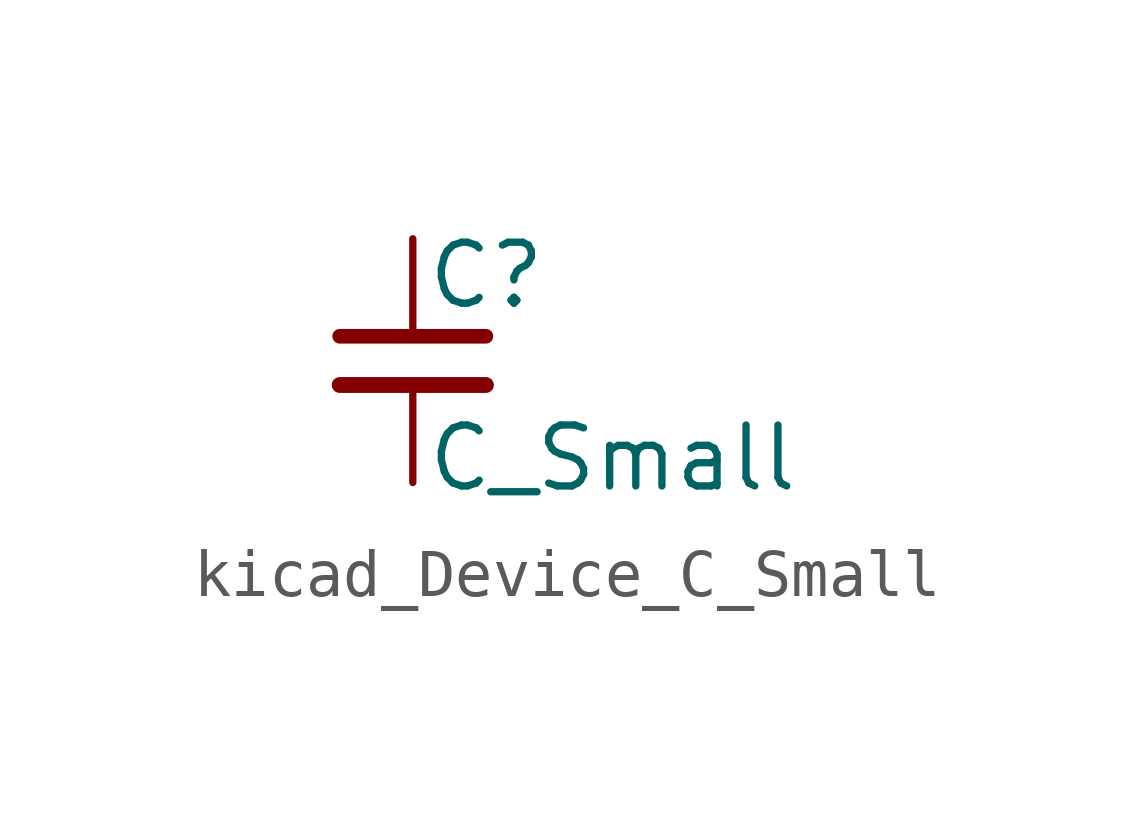
<source format=kicad_sym>
(kicad_symbol_lib
  (version 20220914)
  (generator kicad_symbol_editor)
  (symbol "kicad_Device_C_Small"
    (pin_numbers hide)
    (pin_names
      (offset 0.254) hide)
    (property "Reference" "C"
      (at 0.254 1.778 0)
      (effects (font (size 1.27 1.27)) (justify left)))
    (property "Value" "C_Small"
      (at 0.254 -2.032 0)
      (effects (font (size 1.27 1.27)) (justify left)))
    (symbol "kicad_Device_C_Small_0_1"
      (polyline (pts (xy -1.524 -0.508) (xy 1.524 -0.508)) (stroke (width 0.33) (type default)) (fill (type none)))
      (polyline (pts (xy -1.524 0.508) (xy 1.524 0.508)) (stroke (width 0.305) (type default)) (fill (type none))))
    (symbol "kicad_Device_C_Small_1_1"
      (pin passive line (at 0 2.54 270) (length 2.032) (name "~" (effects (font (size 1.27 1.27)))) (number "1" (effects (font (size 1.27 1.27)))))
      (pin passive line (at 0 -2.54 90) (length 2.032) (name "~" (effects (font (size 1.27 1.27)))) (number "2" (effects (font (size 1.27 1.27))))))))
</source>
